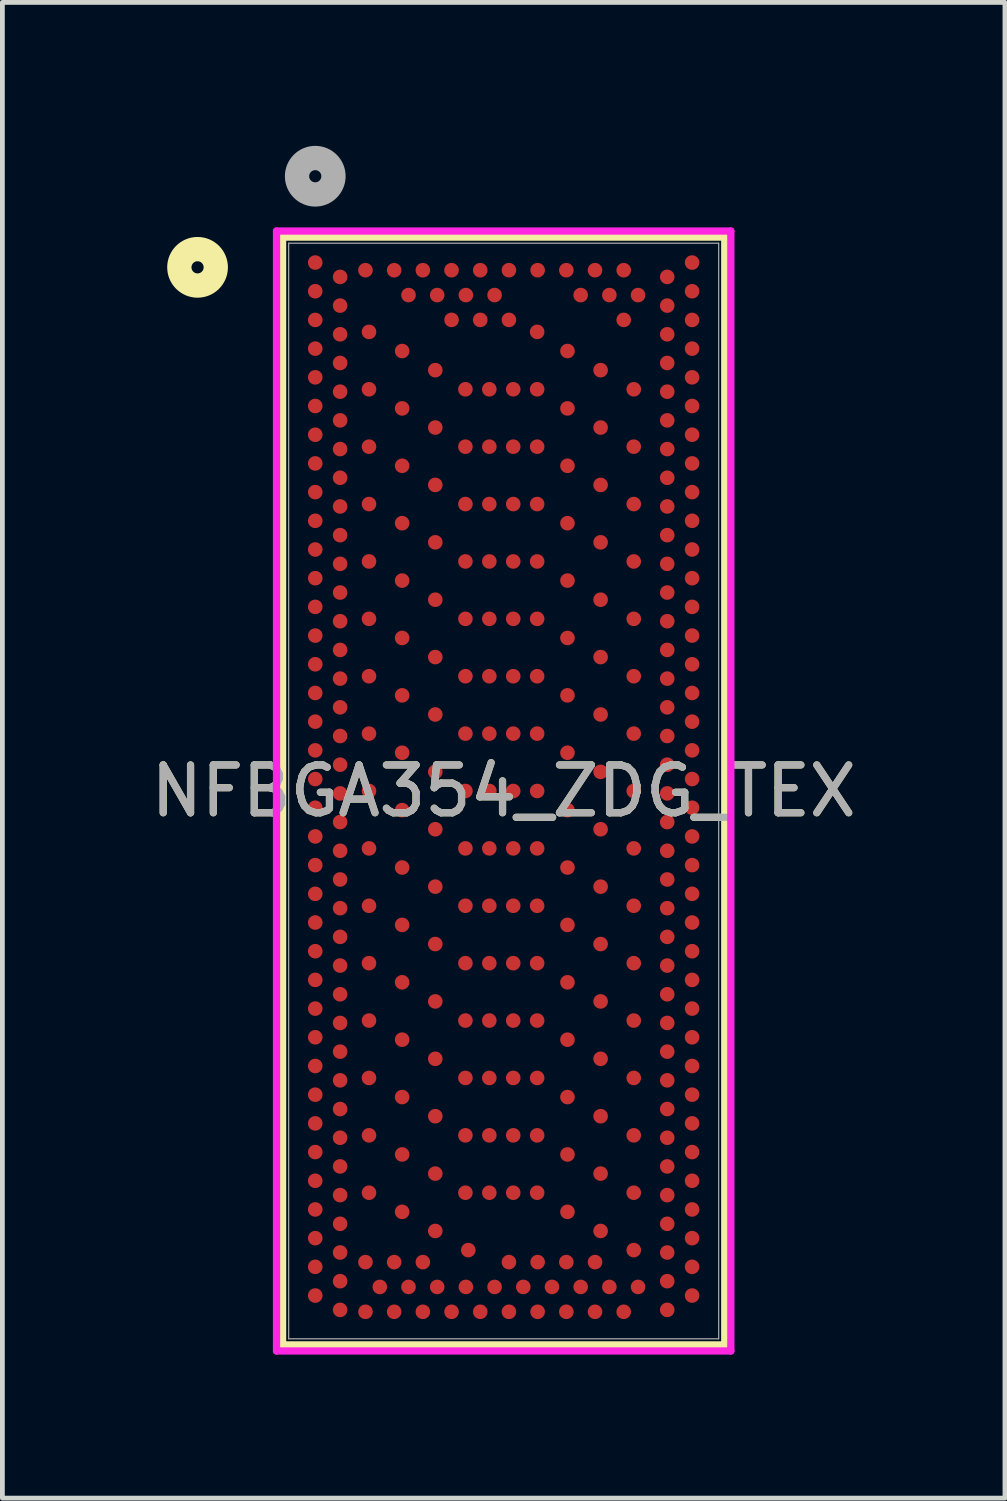
<source format=kicad_pcb>
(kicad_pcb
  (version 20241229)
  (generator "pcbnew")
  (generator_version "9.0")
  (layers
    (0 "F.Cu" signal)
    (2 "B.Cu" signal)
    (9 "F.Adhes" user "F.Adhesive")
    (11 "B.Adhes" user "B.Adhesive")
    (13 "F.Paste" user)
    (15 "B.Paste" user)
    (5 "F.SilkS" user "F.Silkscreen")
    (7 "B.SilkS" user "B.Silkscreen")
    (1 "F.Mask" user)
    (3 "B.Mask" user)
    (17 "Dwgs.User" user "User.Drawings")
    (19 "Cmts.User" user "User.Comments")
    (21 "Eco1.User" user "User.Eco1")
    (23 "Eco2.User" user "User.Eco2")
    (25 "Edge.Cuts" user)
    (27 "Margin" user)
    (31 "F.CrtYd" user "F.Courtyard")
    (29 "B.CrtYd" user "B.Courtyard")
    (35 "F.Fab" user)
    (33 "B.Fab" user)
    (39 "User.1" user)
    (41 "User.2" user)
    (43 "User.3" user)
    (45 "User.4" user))
  (footprint "NFBGA354_ZDG_TEX"
    (layer "F.Cu")
    (at 7.482 13.49)
    (property "Reference" "NFBGA354_ZDG_TEX" (at 0 0 0) (unlocked yes) (layer "F.SilkS") (effects (font (size 1 1) (thickness 0.15))))
    (attr smd)
    (fp_line (start -4.623 -11.582) (end 4.623 -11.582) (stroke (width 0.152) (type solid)) (layer "F.SilkS"))
    (fp_line (start -4.623 11.582) (end -4.623 -11.582) (stroke (width 0.152) (type solid)) (layer "F.SilkS"))
    (fp_line (start 4.623 -11.582) (end 4.623 11.582) (stroke (width 0.152) (type solid)) (layer "F.SilkS"))
    (fp_line (start 4.623 11.582) (end -4.623 11.582) (stroke (width 0.152) (type solid)) (layer "F.SilkS"))
    (fp_circle (center -6.401 -10.95) (end -6.02 -10.95) (stroke (width 0.508) (type solid)) (fill no) (layer "F.SilkS"))
    (fp_line (start -4.75 -11.709) (end -4.75 11.709) (stroke (width 0.152) (type solid)) (layer "F.CrtYd"))
    (fp_line (start -4.75 11.709) (end 4.75 11.709) (stroke (width 0.152) (type solid)) (layer "F.CrtYd"))
    (fp_line (start 4.75 -11.709) (end -4.75 -11.709) (stroke (width 0.152) (type solid)) (layer "F.CrtYd"))
    (fp_line (start 4.75 11.709) (end 4.75 -11.709) (stroke (width 0.152) (type solid)) (layer "F.CrtYd"))
    (fp_line (start -4.496 -11.455) (end -4.496 11.455) (stroke (width 0.025) (type solid)) (layer "F.Fab"))
    (fp_line (start -4.496 11.455) (end 4.496 11.455) (stroke (width 0.025) (type solid)) (layer "F.Fab"))
    (fp_line (start 4.496 -11.455) (end -4.496 -11.455) (stroke (width 0.025) (type solid)) (layer "F.Fab"))
    (fp_line (start 4.496 11.455) (end 4.496 -11.455) (stroke (width 0.025) (type solid)) (layer "F.Fab"))
    (fp_circle (center -3.94 -12.855) (end -3.559 -12.855) (stroke (width 0.508) (type solid)) (fill no) (layer "F.Fab"))
    (fp_text user "${REFERENCE}" (at 0 0 0) (unlocked yes) (layer "F.Fab") (effects (font (size 1 1) (thickness 0.15))))
    (pad "A1" smd circle (at -3.94 -11.05) (size 0.305 0.305) (layers "F.Cu" "F.Mask" "F.Paste"))
    (pad "A35" smd circle (at 3.94 -11.05) (size 0.305 0.305) (layers "F.Cu" "F.Mask" "F.Paste"))
    (pad "AA10" smd circle (at -1.43 -7.6) (size 0.305 0.305) (layers "F.Cu" "F.Mask" "F.Paste"))
    (pad "AA29" smd circle (at 2.027 -7.6) (size 0.305 0.305) (layers "F.Cu" "F.Mask" "F.Paste"))
    (pad "AB1" smd circle (at -3.94 -7.45) (size 0.305 0.305) (layers "F.Cu" "F.Mask" "F.Paste"))
    (pad "AB35" smd circle (at 3.94 -7.45) (size 0.305 0.305) (layers "F.Cu" "F.Mask" "F.Paste"))
    (pad "AC4" smd circle (at -2.816 -7.2) (size 0.305 0.305) (layers "F.Cu" "F.Mask" "F.Paste"))
    (pad "AC13" smd circle (at -0.8 -7.2) (size 0.305 0.305) (layers "F.Cu" "F.Mask" "F.Paste"))
    (pad "AC17" smd circle (at -0.3 -7.2) (size 0.305 0.305) (layers "F.Cu" "F.Mask" "F.Paste"))
    (pad "AC20" smd circle (at 0.2 -7.2) (size 0.305 0.305) (layers "F.Cu" "F.Mask" "F.Paste"))
    (pad "AC22" smd circle (at 0.7 -7.2) (size 0.305 0.305) (layers "F.Cu" "F.Mask" "F.Paste"))
    (pad "AC32" smd circle (at 2.72 -7.2) (size 0.305 0.305) (layers "F.Cu" "F.Mask" "F.Paste"))
    (pad "AD2" smd circle (at -3.42 -7.15) (size 0.305 0.305) (layers "F.Cu" "F.Mask" "F.Paste"))
    (pad "AD34" smd circle (at 3.42 -7.15) (size 0.305 0.305) (layers "F.Cu" "F.Mask" "F.Paste"))
    (pad "AE1" smd circle (at -3.94 -6.85) (size 0.305 0.305) (layers "F.Cu" "F.Mask" "F.Paste"))
    (pad "AE35" smd circle (at 3.94 -6.85) (size 0.305 0.305) (layers "F.Cu" "F.Mask" "F.Paste"))
    (pad "AF7" smd circle (at -2.123 -6.8) (size 0.305 0.305) (layers "F.Cu" "F.Mask" "F.Paste"))
    (pad "AF26" smd circle (at 1.334 -6.8) (size 0.305 0.305) (layers "F.Cu" "F.Mask" "F.Paste"))
    (pad "AG2" smd circle (at -3.42 -6.55) (size 0.305 0.305) (layers "F.Cu" "F.Mask" "F.Paste"))
    (pad "AG34" smd circle (at 3.42 -6.55) (size 0.305 0.305) (layers "F.Cu" "F.Mask" "F.Paste"))
    (pad "AH10" smd circle (at -1.43 -6.4) (size 0.305 0.305) (layers "F.Cu" "F.Mask" "F.Paste"))
    (pad "AH29" smd circle (at 2.027 -6.4) (size 0.305 0.305) (layers "F.Cu" "F.Mask" "F.Paste"))
    (pad "AJ1" smd circle (at -3.94 -6.25) (size 0.305 0.305) (layers "F.Cu" "F.Mask" "F.Paste"))
    (pad "AJ35" smd circle (at 3.94 -6.25) (size 0.305 0.305) (layers "F.Cu" "F.Mask" "F.Paste"))
    (pad "AK4" smd circle (at -2.816 -6) (size 0.305 0.305) (layers "F.Cu" "F.Mask" "F.Paste"))
    (pad "AK13" smd circle (at -0.8 -6) (size 0.305 0.305) (layers "F.Cu" "F.Mask" "F.Paste"))
    (pad "AK17" smd circle (at -0.3 -6) (size 0.305 0.305) (layers "F.Cu" "F.Mask" "F.Paste"))
    (pad "AK20" smd circle (at 0.2 -6) (size 0.305 0.305) (layers "F.Cu" "F.Mask" "F.Paste"))
    (pad "AK22" smd circle (at 0.7 -6) (size 0.305 0.305) (layers "F.Cu" "F.Mask" "F.Paste"))
    (pad "AK32" smd circle (at 2.72 -6) (size 0.305 0.305) (layers "F.Cu" "F.Mask" "F.Paste"))
    (pad "AL2" smd circle (at -3.42 -5.95) (size 0.305 0.305) (layers "F.Cu" "F.Mask" "F.Paste"))
    (pad "AL34" smd circle (at 3.42 -5.95) (size 0.305 0.305) (layers "F.Cu" "F.Mask" "F.Paste"))
    (pad "AM1" smd circle (at -3.94 -5.65) (size 0.305 0.305) (layers "F.Cu" "F.Mask" "F.Paste"))
    (pad "AM35" smd circle (at 3.94 -5.65) (size 0.305 0.305) (layers "F.Cu" "F.Mask" "F.Paste"))
    (pad "AN7" smd circle (at -2.123 -5.6) (size 0.305 0.305) (layers "F.Cu" "F.Mask" "F.Paste"))
    (pad "AN26" smd circle (at 1.334 -5.6) (size 0.305 0.305) (layers "F.Cu" "F.Mask" "F.Paste"))
    (pad "AP2" smd circle (at -3.42 -5.35) (size 0.305 0.305) (layers "F.Cu" "F.Mask" "F.Paste"))
    (pad "AP34" smd circle (at 3.42 -5.35) (size 0.305 0.305) (layers "F.Cu" "F.Mask" "F.Paste"))
    (pad "AR10" smd circle (at -1.43 -5.2) (size 0.305 0.305) (layers "F.Cu" "F.Mask" "F.Paste"))
    (pad "AR29" smd circle (at 2.027 -5.2) (size 0.305 0.305) (layers "F.Cu" "F.Mask" "F.Paste"))
    (pad "AT1" smd circle (at -3.94 -5.05) (size 0.305 0.305) (layers "F.Cu" "F.Mask" "F.Paste"))
    (pad "AT35" smd circle (at 3.94 -5.05) (size 0.305 0.305) (layers "F.Cu" "F.Mask" "F.Paste"))
    (pad "AU4" smd circle (at -2.816 -4.8) (size 0.305 0.305) (layers "F.Cu" "F.Mask" "F.Paste"))
    (pad "AU13" smd circle (at -0.8 -4.8) (size 0.305 0.305) (layers "F.Cu" "F.Mask" "F.Paste"))
    (pad "AU17" smd circle (at -0.3 -4.8) (size 0.305 0.305) (layers "F.Cu" "F.Mask" "F.Paste"))
    (pad "AU20" smd circle (at 0.2 -4.8) (size 0.305 0.305) (layers "F.Cu" "F.Mask" "F.Paste"))
    (pad "AU22" smd circle (at 0.7 -4.8) (size 0.305 0.305) (layers "F.Cu" "F.Mask" "F.Paste"))
    (pad "AU32" smd circle (at 2.72 -4.8) (size 0.305 0.305) (layers "F.Cu" "F.Mask" "F.Paste"))
    (pad "AV2" smd circle (at -3.42 -4.75) (size 0.305 0.305) (layers "F.Cu" "F.Mask" "F.Paste"))
    (pad "AV34" smd circle (at 3.42 -4.75) (size 0.305 0.305) (layers "F.Cu" "F.Mask" "F.Paste"))
    (pad "AW1" smd circle (at -3.94 -4.45) (size 0.305 0.305) (layers "F.Cu" "F.Mask" "F.Paste"))
    (pad "AW35" smd circle (at 3.94 -4.45) (size 0.305 0.305) (layers "F.Cu" "F.Mask" "F.Paste"))
    (pad "AY7" smd circle (at -2.123 -4.4) (size 0.305 0.305) (layers "F.Cu" "F.Mask" "F.Paste"))
    (pad "AY26" smd circle (at 1.334 -4.4) (size 0.305 0.305) (layers "F.Cu" "F.Mask" "F.Paste"))
    (pad "B3" smd circle (at -2.89 -10.89) (size 0.305 0.305) (layers "F.Cu" "F.Mask" "F.Paste"))
    (pad "B6" smd circle (at -2.29 -10.89) (size 0.305 0.305) (layers "F.Cu" "F.Mask" "F.Paste"))
    (pad "B9" smd circle (at -1.69 -10.89) (size 0.305 0.305) (layers "F.Cu" "F.Mask" "F.Paste"))
    (pad "B12" smd circle (at -1.09 -10.89) (size 0.305 0.305) (layers "F.Cu" "F.Mask" "F.Paste"))
    (pad "B16" smd circle (at -0.49 -10.89) (size 0.305 0.305) (layers "F.Cu" "F.Mask" "F.Paste"))
    (pad "B19" smd circle (at 0.11 -10.89) (size 0.305 0.305) (layers "F.Cu" "F.Mask" "F.Paste"))
    (pad "B23" smd circle (at 0.71 -10.89) (size 0.305 0.305) (layers "F.Cu" "F.Mask" "F.Paste"))
    (pad "B25" smd circle (at 1.31 -10.89) (size 0.305 0.305) (layers "F.Cu" "F.Mask" "F.Paste"))
    (pad "B28" smd circle (at 1.91 -10.89) (size 0.305 0.305) (layers "F.Cu" "F.Mask" "F.Paste"))
    (pad "B31" smd circle (at 2.51 -10.89) (size 0.305 0.305) (layers "F.Cu" "F.Mask" "F.Paste"))
    (pad "BA2" smd circle (at -3.42 -4.15) (size 0.305 0.305) (layers "F.Cu" "F.Mask" "F.Paste"))
    (pad "BA34" smd circle (at 3.42 -4.15) (size 0.305 0.305) (layers "F.Cu" "F.Mask" "F.Paste"))
    (pad "BB10" smd circle (at -1.43 -4) (size 0.305 0.305) (layers "F.Cu" "F.Mask" "F.Paste"))
    (pad "BB29" smd circle (at 2.027 -4) (size 0.305 0.305) (layers "F.Cu" "F.Mask" "F.Paste"))
    (pad "BC1" smd circle (at -3.94 -3.85) (size 0.305 0.305) (layers "F.Cu" "F.Mask" "F.Paste"))
    (pad "BC35" smd circle (at 3.94 -3.85) (size 0.305 0.305) (layers "F.Cu" "F.Mask" "F.Paste"))
    (pad "BD4" smd circle (at -2.816 -3.6) (size 0.305 0.305) (layers "F.Cu" "F.Mask" "F.Paste"))
    (pad "BD13" smd circle (at -0.8 -3.6) (size 0.305 0.305) (layers "F.Cu" "F.Mask" "F.Paste"))
    (pad "BD17" smd circle (at -0.3 -3.6) (size 0.305 0.305) (layers "F.Cu" "F.Mask" "F.Paste"))
    (pad "BD20" smd circle (at 0.2 -3.6) (size 0.305 0.305) (layers "F.Cu" "F.Mask" "F.Paste"))
    (pad "BD22" smd circle (at 0.7 -3.6) (size 0.305 0.305) (layers "F.Cu" "F.Mask" "F.Paste"))
    (pad "BD32" smd circle (at 2.72 -3.6) (size 0.305 0.305) (layers "F.Cu" "F.Mask" "F.Paste"))
    (pad "BE2" smd circle (at -3.42 -3.55) (size 0.305 0.305) (layers "F.Cu" "F.Mask" "F.Paste"))
    (pad "BE34" smd circle (at 3.42 -3.55) (size 0.305 0.305) (layers "F.Cu" "F.Mask" "F.Paste"))
    (pad "BF1" smd circle (at -3.94 -3.25) (size 0.305 0.305) (layers "F.Cu" "F.Mask" "F.Paste"))
    (pad "BF35" smd circle (at 3.94 -3.25) (size 0.305 0.305) (layers "F.Cu" "F.Mask" "F.Paste"))
    (pad "BG7" smd circle (at -2.123 -3.2) (size 0.305 0.305) (layers "F.Cu" "F.Mask" "F.Paste"))
    (pad "BG26" smd circle (at 1.334 -3.2) (size 0.305 0.305) (layers "F.Cu" "F.Mask" "F.Paste"))
    (pad "BH2" smd circle (at -3.42 -2.95) (size 0.305 0.305) (layers "F.Cu" "F.Mask" "F.Paste"))
    (pad "BH34" smd circle (at 3.42 -2.95) (size 0.305 0.305) (layers "F.Cu" "F.Mask" "F.Paste"))
    (pad "BJ10" smd circle (at -1.43 -2.8) (size 0.305 0.305) (layers "F.Cu" "F.Mask" "F.Paste"))
    (pad "BJ29" smd circle (at 2.027 -2.8) (size 0.305 0.305) (layers "F.Cu" "F.Mask" "F.Paste"))
    (pad "BK1" smd circle (at -3.94 -2.65) (size 0.305 0.305) (layers "F.Cu" "F.Mask" "F.Paste"))
    (pad "BK35" smd circle (at 3.94 -2.65) (size 0.305 0.305) (layers "F.Cu" "F.Mask" "F.Paste"))
    (pad "BL4" smd circle (at -2.816 -2.4) (size 0.305 0.305) (layers "F.Cu" "F.Mask" "F.Paste"))
    (pad "BL13" smd circle (at -0.8 -2.4) (size 0.305 0.305) (layers "F.Cu" "F.Mask" "F.Paste"))
    (pad "BL17" smd circle (at -0.3 -2.4) (size 0.305 0.305) (layers "F.Cu" "F.Mask" "F.Paste"))
    (pad "BL20" smd circle (at 0.2 -2.4) (size 0.305 0.305) (layers "F.Cu" "F.Mask" "F.Paste"))
    (pad "BL22" smd circle (at 0.7 -2.4) (size 0.305 0.305) (layers "F.Cu" "F.Mask" "F.Paste"))
    (pad "BL32" smd circle (at 2.72 -2.4) (size 0.305 0.305) (layers "F.Cu" "F.Mask" "F.Paste"))
    (pad "BM2" smd circle (at -3.42 -2.35) (size 0.305 0.305) (layers "F.Cu" "F.Mask" "F.Paste"))
    (pad "BM34" smd circle (at 3.42 -2.35) (size 0.305 0.305) (layers "F.Cu" "F.Mask" "F.Paste"))
    (pad "BN1" smd circle (at -3.94 -2.05) (size 0.305 0.305) (layers "F.Cu" "F.Mask" "F.Paste"))
    (pad "BN35" smd circle (at 3.94 -2.05) (size 0.305 0.305) (layers "F.Cu" "F.Mask" "F.Paste"))
    (pad "BP7" smd circle (at -2.123 -2) (size 0.305 0.305) (layers "F.Cu" "F.Mask" "F.Paste"))
    (pad "BP26" smd circle (at 1.334 -2) (size 0.305 0.305) (layers "F.Cu" "F.Mask" "F.Paste"))
    (pad "BR2" smd circle (at -3.42 -1.75) (size 0.305 0.305) (layers "F.Cu" "F.Mask" "F.Paste"))
    (pad "BR34" smd circle (at 3.42 -1.75) (size 0.305 0.305) (layers "F.Cu" "F.Mask" "F.Paste"))
    (pad "BT10" smd circle (at -1.43 -1.6) (size 0.305 0.305) (layers "F.Cu" "F.Mask" "F.Paste"))
    (pad "BT29" smd circle (at 2.027 -1.6) (size 0.305 0.305) (layers "F.Cu" "F.Mask" "F.Paste"))
    (pad "BU1" smd circle (at -3.94 -1.45) (size 0.305 0.305) (layers "F.Cu" "F.Mask" "F.Paste"))
    (pad "BU35" smd circle (at 3.94 -1.45) (size 0.305 0.305) (layers "F.Cu" "F.Mask" "F.Paste"))
    (pad "BV4" smd circle (at -2.816 -1.2) (size 0.305 0.305) (layers "F.Cu" "F.Mask" "F.Paste"))
    (pad "BV13" smd circle (at -0.8 -1.2) (size 0.305 0.305) (layers "F.Cu" "F.Mask" "F.Paste"))
    (pad "BV17" smd circle (at -0.3 -1.2) (size 0.305 0.305) (layers "F.Cu" "F.Mask" "F.Paste"))
    (pad "BV20" smd circle (at 0.2 -1.2) (size 0.305 0.305) (layers "F.Cu" "F.Mask" "F.Paste"))
    (pad "BV22" smd circle (at 0.7 -1.2) (size 0.305 0.305) (layers "F.Cu" "F.Mask" "F.Paste"))
    (pad "BV32" smd circle (at 2.72 -1.2) (size 0.305 0.305) (layers "F.Cu" "F.Mask" "F.Paste"))
    (pad "BW2" smd circle (at -3.42 -1.15) (size 0.305 0.305) (layers "F.Cu" "F.Mask" "F.Paste"))
    (pad "BW34" smd circle (at 3.42 -1.15) (size 0.305 0.305) (layers "F.Cu" "F.Mask" "F.Paste"))
    (pad "BY1" smd circle (at -3.94 -0.85) (size 0.305 0.305) (layers "F.Cu" "F.Mask" "F.Paste"))
    (pad "BY35" smd circle (at 3.94 -0.85) (size 0.305 0.305) (layers "F.Cu" "F.Mask" "F.Paste"))
    (pad "C2" smd circle (at -3.42 -10.75) (size 0.305 0.305) (layers "F.Cu" "F.Mask" "F.Paste"))
    (pad "C34" smd circle (at 3.42 -10.75) (size 0.305 0.305) (layers "F.Cu" "F.Mask" "F.Paste"))
    (pad "CA7" smd circle (at -2.123 -0.8) (size 0.305 0.305) (layers "F.Cu" "F.Mask" "F.Paste"))
    (pad "CA26" smd circle (at 1.334 -0.8) (size 0.305 0.305) (layers "F.Cu" "F.Mask" "F.Paste"))
    (pad "CB2" smd circle (at -3.42 -0.55) (size 0.305 0.305) (layers "F.Cu" "F.Mask" "F.Paste"))
    (pad "CB34" smd circle (at 3.42 -0.55) (size 0.305 0.305) (layers "F.Cu" "F.Mask" "F.Paste"))
    (pad "CC10" smd circle (at -1.43 -0.4) (size 0.305 0.305) (layers "F.Cu" "F.Mask" "F.Paste"))
    (pad "CC29" smd circle (at 2.027 -0.4) (size 0.305 0.305) (layers "F.Cu" "F.Mask" "F.Paste"))
    (pad "CD1" smd circle (at -3.94 -0.25) (size 0.305 0.305) (layers "F.Cu" "F.Mask" "F.Paste"))
    (pad "CD35" smd circle (at 3.94 -0.25) (size 0.305 0.305) (layers "F.Cu" "F.Mask" "F.Paste"))
    (pad "CE4" smd circle (at -2.816 0) (size 0.305 0.305) (layers "F.Cu" "F.Mask" "F.Paste"))
    (pad "CE13" smd circle (at -0.8 0) (size 0.305 0.305) (layers "F.Cu" "F.Mask" "F.Paste"))
    (pad "CE17" smd circle (at -0.3 0) (size 0.305 0.305) (layers "F.Cu" "F.Mask" "F.Paste"))
    (pad "CE20" smd circle (at 0.2 0) (size 0.305 0.305) (layers "F.Cu" "F.Mask" "F.Paste"))
    (pad "CE22" smd circle (at 0.7 0) (size 0.305 0.305) (layers "F.Cu" "F.Mask" "F.Paste"))
    (pad "CE32" smd circle (at 2.72 0) (size 0.305 0.305) (layers "F.Cu" "F.Mask" "F.Paste"))
    (pad "CF2" smd circle (at -3.42 0.05) (size 0.305 0.305) (layers "F.Cu" "F.Mask" "F.Paste"))
    (pad "CF34" smd circle (at 3.42 0.05) (size 0.305 0.305) (layers "F.Cu" "F.Mask" "F.Paste"))
    (pad "CG1" smd circle (at -3.94 0.35) (size 0.305 0.305) (layers "F.Cu" "F.Mask" "F.Paste"))
    (pad "CG35" smd circle (at 3.94 0.35) (size 0.305 0.305) (layers "F.Cu" "F.Mask" "F.Paste"))
    (pad "CH7" smd circle (at -2.123 0.4) (size 0.305 0.305) (layers "F.Cu" "F.Mask" "F.Paste"))
    (pad "CH26" smd circle (at 1.334 0.4) (size 0.305 0.305) (layers "F.Cu" "F.Mask" "F.Paste"))
    (pad "CJ2" smd circle (at -3.42 0.65) (size 0.305 0.305) (layers "F.Cu" "F.Mask" "F.Paste"))
    (pad "CJ34" smd circle (at 3.42 0.65) (size 0.305 0.305) (layers "F.Cu" "F.Mask" "F.Paste"))
    (pad "CK10" smd circle (at -1.43 0.8) (size 0.305 0.305) (layers "F.Cu" "F.Mask" "F.Paste"))
    (pad "CK29" smd circle (at 2.027 0.8) (size 0.305 0.305) (layers "F.Cu" "F.Mask" "F.Paste"))
    (pad "CL1" smd circle (at -3.94 0.95) (size 0.305 0.305) (layers "F.Cu" "F.Mask" "F.Paste"))
    (pad "CL35" smd circle (at 3.94 0.95) (size 0.305 0.305) (layers "F.Cu" "F.Mask" "F.Paste"))
    (pad "CM4" smd circle (at -2.816 1.2) (size 0.305 0.305) (layers "F.Cu" "F.Mask" "F.Paste"))
    (pad "CM13" smd circle (at -0.8 1.2) (size 0.305 0.305) (layers "F.Cu" "F.Mask" "F.Paste"))
    (pad "CM17" smd circle (at -0.3 1.2) (size 0.305 0.305) (layers "F.Cu" "F.Mask" "F.Paste"))
    (pad "CM20" smd circle (at 0.2 1.2) (size 0.305 0.305) (layers "F.Cu" "F.Mask" "F.Paste"))
    (pad "CM22" smd circle (at 0.7 1.2) (size 0.305 0.305) (layers "F.Cu" "F.Mask" "F.Paste"))
    (pad "CM32" smd circle (at 2.72 1.2) (size 0.305 0.305) (layers "F.Cu" "F.Mask" "F.Paste"))
    (pad "CN2" smd circle (at -3.42 1.25) (size 0.305 0.305) (layers "F.Cu" "F.Mask" "F.Paste"))
    (pad "CN34" smd circle (at 3.42 1.25) (size 0.305 0.305) (layers "F.Cu" "F.Mask" "F.Paste"))
    (pad "CP1" smd circle (at -3.94 1.55) (size 0.305 0.305) (layers "F.Cu" "F.Mask" "F.Paste"))
    (pad "CP35" smd circle (at 3.94 1.55) (size 0.305 0.305) (layers "F.Cu" "F.Mask" "F.Paste"))
    (pad "CR7" smd circle (at -2.123 1.6) (size 0.305 0.305) (layers "F.Cu" "F.Mask" "F.Paste"))
    (pad "CR26" smd circle (at 1.334 1.6) (size 0.305 0.305) (layers "F.Cu" "F.Mask" "F.Paste"))
    (pad "CT2" smd circle (at -3.42 1.85) (size 0.305 0.305) (layers "F.Cu" "F.Mask" "F.Paste"))
    (pad "CT34" smd circle (at 3.42 1.85) (size 0.305 0.305) (layers "F.Cu" "F.Mask" "F.Paste"))
    (pad "CU10" smd circle (at -1.43 2) (size 0.305 0.305) (layers "F.Cu" "F.Mask" "F.Paste"))
    (pad "CU29" smd circle (at 2.027 2) (size 0.305 0.305) (layers "F.Cu" "F.Mask" "F.Paste"))
    (pad "CV1" smd circle (at -3.94 2.15) (size 0.305 0.305) (layers "F.Cu" "F.Mask" "F.Paste"))
    (pad "CV35" smd circle (at 3.94 2.15) (size 0.305 0.305) (layers "F.Cu" "F.Mask" "F.Paste"))
    (pad "CW4" smd circle (at -2.816 2.4) (size 0.305 0.305) (layers "F.Cu" "F.Mask" "F.Paste"))
    (pad "CW13" smd circle (at -0.8 2.4) (size 0.305 0.305) (layers "F.Cu" "F.Mask" "F.Paste"))
    (pad "CW17" smd circle (at -0.3 2.4) (size 0.305 0.305) (layers "F.Cu" "F.Mask" "F.Paste"))
    (pad "CW20" smd circle (at 0.2 2.4) (size 0.305 0.305) (layers "F.Cu" "F.Mask" "F.Paste"))
    (pad "CW22" smd circle (at 0.7 2.4) (size 0.305 0.305) (layers "F.Cu" "F.Mask" "F.Paste"))
    (pad "CW32" smd circle (at 2.72 2.4) (size 0.305 0.305) (layers "F.Cu" "F.Mask" "F.Paste"))
    (pad "CY2" smd circle (at -3.42 2.45) (size 0.305 0.305) (layers "F.Cu" "F.Mask" "F.Paste"))
    (pad "CY34" smd circle (at 3.42 2.45) (size 0.305 0.305) (layers "F.Cu" "F.Mask" "F.Paste"))
    (pad "D1" smd circle (at -3.94 -10.45) (size 0.305 0.305) (layers "F.Cu" "F.Mask" "F.Paste"))
    (pad "D35" smd circle (at 3.94 -10.45) (size 0.305 0.305) (layers "F.Cu" "F.Mask" "F.Paste"))
    (pad "DA1" smd circle (at -3.94 2.75) (size 0.305 0.305) (layers "F.Cu" "F.Mask" "F.Paste"))
    (pad "DA35" smd circle (at 3.94 2.75) (size 0.305 0.305) (layers "F.Cu" "F.Mask" "F.Paste"))
    (pad "DB7" smd circle (at -2.123 2.8) (size 0.305 0.305) (layers "F.Cu" "F.Mask" "F.Paste"))
    (pad "DB26" smd circle (at 1.334 2.8) (size 0.305 0.305) (layers "F.Cu" "F.Mask" "F.Paste"))
    (pad "DC2" smd circle (at -3.42 3.05) (size 0.305 0.305) (layers "F.Cu" "F.Mask" "F.Paste"))
    (pad "DC34" smd circle (at 3.42 3.05) (size 0.305 0.305) (layers "F.Cu" "F.Mask" "F.Paste"))
    (pad "DD10" smd circle (at -1.43 3.2) (size 0.305 0.305) (layers "F.Cu" "F.Mask" "F.Paste"))
    (pad "DD29" smd circle (at 2.027 3.2) (size 0.305 0.305) (layers "F.Cu" "F.Mask" "F.Paste"))
    (pad "DE1" smd circle (at -3.94 3.35) (size 0.305 0.305) (layers "F.Cu" "F.Mask" "F.Paste"))
    (pad "DE35" smd circle (at 3.94 3.35) (size 0.305 0.305) (layers "F.Cu" "F.Mask" "F.Paste"))
    (pad "DF4" smd circle (at -2.816 3.6) (size 0.305 0.305) (layers "F.Cu" "F.Mask" "F.Paste"))
    (pad "DF13" smd circle (at -0.8 3.6) (size 0.305 0.305) (layers "F.Cu" "F.Mask" "F.Paste"))
    (pad "DF17" smd circle (at -0.3 3.6) (size 0.305 0.305) (layers "F.Cu" "F.Mask" "F.Paste"))
    (pad "DF20" smd circle (at 0.2 3.6) (size 0.305 0.305) (layers "F.Cu" "F.Mask" "F.Paste"))
    (pad "DF22" smd circle (at 0.7 3.6) (size 0.305 0.305) (layers "F.Cu" "F.Mask" "F.Paste"))
    (pad "DF32" smd circle (at 2.72 3.6) (size 0.305 0.305) (layers "F.Cu" "F.Mask" "F.Paste"))
    (pad "DG2" smd circle (at -3.42 3.65) (size 0.305 0.305) (layers "F.Cu" "F.Mask" "F.Paste"))
    (pad "DG34" smd circle (at 3.42 3.65) (size 0.305 0.305) (layers "F.Cu" "F.Mask" "F.Paste"))
    (pad "DH1" smd circle (at -3.94 3.95) (size 0.305 0.305) (layers "F.Cu" "F.Mask" "F.Paste"))
    (pad "DH35" smd circle (at 3.94 3.95) (size 0.305 0.305) (layers "F.Cu" "F.Mask" "F.Paste"))
    (pad "DJ7" smd circle (at -2.123 4) (size 0.305 0.305) (layers "F.Cu" "F.Mask" "F.Paste"))
    (pad "DJ26" smd circle (at 1.334 4) (size 0.305 0.305) (layers "F.Cu" "F.Mask" "F.Paste"))
    (pad "DK2" smd circle (at -3.42 4.25) (size 0.305 0.305) (layers "F.Cu" "F.Mask" "F.Paste"))
    (pad "DK34" smd circle (at 3.42 4.25) (size 0.305 0.305) (layers "F.Cu" "F.Mask" "F.Paste"))
    (pad "DL10" smd circle (at -1.43 4.4) (size 0.305 0.305) (layers "F.Cu" "F.Mask" "F.Paste"))
    (pad "DL29" smd circle (at 2.027 4.4) (size 0.305 0.305) (layers "F.Cu" "F.Mask" "F.Paste"))
    (pad "DM1" smd circle (at -3.94 4.55) (size 0.305 0.305) (layers "F.Cu" "F.Mask" "F.Paste"))
    (pad "DM35" smd circle (at 3.94 4.55) (size 0.305 0.305) (layers "F.Cu" "F.Mask" "F.Paste"))
    (pad "DN4" smd circle (at -2.816 4.8) (size 0.305 0.305) (layers "F.Cu" "F.Mask" "F.Paste"))
    (pad "DN13" smd circle (at -0.8 4.8) (size 0.305 0.305) (layers "F.Cu" "F.Mask" "F.Paste"))
    (pad "DN17" smd circle (at -0.3 4.8) (size 0.305 0.305) (layers "F.Cu" "F.Mask" "F.Paste"))
    (pad "DN20" smd circle (at 0.2 4.8) (size 0.305 0.305) (layers "F.Cu" "F.Mask" "F.Paste"))
    (pad "DN22" smd circle (at 0.7 4.8) (size 0.305 0.305) (layers "F.Cu" "F.Mask" "F.Paste"))
    (pad "DN32" smd circle (at 2.72 4.8) (size 0.305 0.305) (layers "F.Cu" "F.Mask" "F.Paste"))
    (pad "DP2" smd circle (at -3.42 4.85) (size 0.305 0.305) (layers "F.Cu" "F.Mask" "F.Paste"))
    (pad "DP34" smd circle (at 3.42 4.85) (size 0.305 0.305) (layers "F.Cu" "F.Mask" "F.Paste"))
    (pad "DR1" smd circle (at -3.94 5.15) (size 0.305 0.305) (layers "F.Cu" "F.Mask" "F.Paste"))
    (pad "DR35" smd circle (at 3.94 5.15) (size 0.305 0.305) (layers "F.Cu" "F.Mask" "F.Paste"))
    (pad "DT7" smd circle (at -2.123 5.2) (size 0.305 0.305) (layers "F.Cu" "F.Mask" "F.Paste"))
    (pad "DT26" smd circle (at 1.334 5.2) (size 0.305 0.305) (layers "F.Cu" "F.Mask" "F.Paste"))
    (pad "DU2" smd circle (at -3.42 5.45) (size 0.305 0.305) (layers "F.Cu" "F.Mask" "F.Paste"))
    (pad "DU34" smd circle (at 3.42 5.45) (size 0.305 0.305) (layers "F.Cu" "F.Mask" "F.Paste"))
    (pad "DV10" smd circle (at -1.43 5.6) (size 0.305 0.305) (layers "F.Cu" "F.Mask" "F.Paste"))
    (pad "DV29" smd circle (at 2.027 5.6) (size 0.305 0.305) (layers "F.Cu" "F.Mask" "F.Paste"))
    (pad "DW1" smd circle (at -3.94 5.75) (size 0.305 0.305) (layers "F.Cu" "F.Mask" "F.Paste"))
    (pad "DW35" smd circle (at 3.94 5.75) (size 0.305 0.305) (layers "F.Cu" "F.Mask" "F.Paste"))
    (pad "DY4" smd circle (at -2.816 6) (size 0.305 0.305) (layers "F.Cu" "F.Mask" "F.Paste"))
    (pad "DY13" smd circle (at -0.8 6) (size 0.305 0.305) (layers "F.Cu" "F.Mask" "F.Paste"))
    (pad "DY17" smd circle (at -0.3 6) (size 0.305 0.305) (layers "F.Cu" "F.Mask" "F.Paste"))
    (pad "DY20" smd circle (at 0.2 6) (size 0.305 0.305) (layers "F.Cu" "F.Mask" "F.Paste"))
    (pad "DY22" smd circle (at 0.7 6) (size 0.305 0.305) (layers "F.Cu" "F.Mask" "F.Paste"))
    (pad "DY32" smd circle (at 2.72 6) (size 0.305 0.305) (layers "F.Cu" "F.Mask" "F.Paste"))
    (pad "E8" smd circle (at -1.99 -10.37) (size 0.305 0.305) (layers "F.Cu" "F.Mask" "F.Paste"))
    (pad "E11" smd circle (at -1.39 -10.37) (size 0.305 0.305) (layers "F.Cu" "F.Mask" "F.Paste"))
    (pad "E14" smd circle (at -0.79 -10.37) (size 0.305 0.305) (layers "F.Cu" "F.Mask" "F.Paste"))
    (pad "E18" smd circle (at -0.19 -10.37) (size 0.305 0.305) (layers "F.Cu" "F.Mask" "F.Paste"))
    (pad "E27" smd circle (at 1.61 -10.37) (size 0.305 0.305) (layers "F.Cu" "F.Mask" "F.Paste"))
    (pad "E30" smd circle (at 2.21 -10.37) (size 0.305 0.305) (layers "F.Cu" "F.Mask" "F.Paste"))
    (pad "E33" smd circle (at 2.81 -10.37) (size 0.305 0.305) (layers "F.Cu" "F.Mask" "F.Paste"))
    (pad "EA2" smd circle (at -3.42 6.05) (size 0.305 0.305) (layers "F.Cu" "F.Mask" "F.Paste"))
    (pad "EA34" smd circle (at 3.42 6.05) (size 0.305 0.305) (layers "F.Cu" "F.Mask" "F.Paste"))
    (pad "EB1" smd circle (at -3.94 6.35) (size 0.305 0.305) (layers "F.Cu" "F.Mask" "F.Paste"))
    (pad "EB35" smd circle (at 3.94 6.35) (size 0.305 0.305) (layers "F.Cu" "F.Mask" "F.Paste"))
    (pad "EC7" smd circle (at -2.123 6.4) (size 0.305 0.305) (layers "F.Cu" "F.Mask" "F.Paste"))
    (pad "EC26" smd circle (at 1.334 6.4) (size 0.305 0.305) (layers "F.Cu" "F.Mask" "F.Paste"))
    (pad "ED2" smd circle (at -3.42 6.65) (size 0.305 0.305) (layers "F.Cu" "F.Mask" "F.Paste"))
    (pad "ED34" smd circle (at 3.42 6.65) (size 0.305 0.305) (layers "F.Cu" "F.Mask" "F.Paste"))
    (pad "EE10" smd circle (at -1.43 6.8) (size 0.305 0.305) (layers "F.Cu" "F.Mask" "F.Paste"))
    (pad "EE29" smd circle (at 2.027 6.8) (size 0.305 0.305) (layers "F.Cu" "F.Mask" "F.Paste"))
    (pad "EF1" smd circle (at -3.94 6.95) (size 0.305 0.305) (layers "F.Cu" "F.Mask" "F.Paste"))
    (pad "EF35" smd circle (at 3.94 6.95) (size 0.305 0.305) (layers "F.Cu" "F.Mask" "F.Paste"))
    (pad "EG4" smd circle (at -2.816 7.2) (size 0.305 0.305) (layers "F.Cu" "F.Mask" "F.Paste"))
    (pad "EG13" smd circle (at -0.8 7.2) (size 0.305 0.305) (layers "F.Cu" "F.Mask" "F.Paste"))
    (pad "EG17" smd circle (at -0.3 7.2) (size 0.305 0.305) (layers "F.Cu" "F.Mask" "F.Paste"))
    (pad "EG20" smd circle (at 0.2 7.2) (size 0.305 0.305) (layers "F.Cu" "F.Mask" "F.Paste"))
    (pad "EG22" smd circle (at 0.7 7.2) (size 0.305 0.305) (layers "F.Cu" "F.Mask" "F.Paste"))
    (pad "EG32" smd circle (at 2.72 7.2) (size 0.305 0.305) (layers "F.Cu" "F.Mask" "F.Paste"))
    (pad "EH2" smd circle (at -3.42 7.25) (size 0.305 0.305) (layers "F.Cu" "F.Mask" "F.Paste"))
    (pad "EH34" smd circle (at 3.42 7.25) (size 0.305 0.305) (layers "F.Cu" "F.Mask" "F.Paste"))
    (pad "EJ1" smd circle (at -3.94 7.55) (size 0.305 0.305) (layers "F.Cu" "F.Mask" "F.Paste"))
    (pad "EJ35" smd circle (at 3.94 7.55) (size 0.305 0.305) (layers "F.Cu" "F.Mask" "F.Paste"))
    (pad "EK7" smd circle (at -2.123 7.6) (size 0.305 0.305) (layers "F.Cu" "F.Mask" "F.Paste"))
    (pad "EK26" smd circle (at 1.334 7.6) (size 0.305 0.305) (layers "F.Cu" "F.Mask" "F.Paste"))
    (pad "EL2" smd circle (at -3.42 7.85) (size 0.305 0.305) (layers "F.Cu" "F.Mask" "F.Paste"))
    (pad "EL34" smd circle (at 3.42 7.85) (size 0.305 0.305) (layers "F.Cu" "F.Mask" "F.Paste"))
    (pad "EM10" smd circle (at -1.43 8) (size 0.305 0.305) (layers "F.Cu" "F.Mask" "F.Paste"))
    (pad "EM29" smd circle (at 2.027 8) (size 0.305 0.305) (layers "F.Cu" "F.Mask" "F.Paste"))
    (pad "EN1" smd circle (at -3.94 8.15) (size 0.305 0.305) (layers "F.Cu" "F.Mask" "F.Paste"))
    (pad "EN35" smd circle (at 3.94 8.15) (size 0.305 0.305) (layers "F.Cu" "F.Mask" "F.Paste"))
    (pad "EP4" smd circle (at -2.816 8.4) (size 0.305 0.305) (layers "F.Cu" "F.Mask" "F.Paste"))
    (pad "EP13" smd circle (at -0.8 8.4) (size 0.305 0.305) (layers "F.Cu" "F.Mask" "F.Paste"))
    (pad "EP17" smd circle (at -0.3 8.4) (size 0.305 0.305) (layers "F.Cu" "F.Mask" "F.Paste"))
    (pad "EP20" smd circle (at 0.2 8.4) (size 0.305 0.305) (layers "F.Cu" "F.Mask" "F.Paste"))
    (pad "EP22" smd circle (at 0.7 8.4) (size 0.305 0.305) (layers "F.Cu" "F.Mask" "F.Paste"))
    (pad "EP32" smd circle (at 2.72 8.4) (size 0.305 0.305) (layers "F.Cu" "F.Mask" "F.Paste"))
    (pad "ER2" smd circle (at -3.42 8.45) (size 0.305 0.305) (layers "F.Cu" "F.Mask" "F.Paste"))
    (pad "ER34" smd circle (at 3.42 8.45) (size 0.305 0.305) (layers "F.Cu" "F.Mask" "F.Paste"))
    (pad "ET1" smd circle (at -3.94 8.75) (size 0.305 0.305) (layers "F.Cu" "F.Mask" "F.Paste"))
    (pad "ET35" smd circle (at 3.94 8.75) (size 0.305 0.305) (layers "F.Cu" "F.Mask" "F.Paste"))
    (pad "EU7" smd circle (at -2.123 8.8) (size 0.305 0.305) (layers "F.Cu" "F.Mask" "F.Paste"))
    (pad "EU26" smd circle (at 1.334 8.8) (size 0.305 0.305) (layers "F.Cu" "F.Mask" "F.Paste"))
    (pad "EV2" smd circle (at -3.42 9.05) (size 0.305 0.305) (layers "F.Cu" "F.Mask" "F.Paste"))
    (pad "EV34" smd circle (at 3.42 9.05) (size 0.305 0.305) (layers "F.Cu" "F.Mask" "F.Paste"))
    (pad "EW10" smd circle (at -1.43 9.2) (size 0.305 0.305) (layers "F.Cu" "F.Mask" "F.Paste"))
    (pad "EW29" smd circle (at 2.027 9.2) (size 0.305 0.305) (layers "F.Cu" "F.Mask" "F.Paste"))
    (pad "EY1" smd circle (at -3.94 9.35) (size 0.305 0.305) (layers "F.Cu" "F.Mask" "F.Paste"))
    (pad "EY35" smd circle (at 3.94 9.35) (size 0.305 0.305) (layers "F.Cu" "F.Mask" "F.Paste"))
    (pad "F2" smd circle (at -3.42 -10.15) (size 0.305 0.305) (layers "F.Cu" "F.Mask" "F.Paste"))
    (pad "F34" smd circle (at 3.42 -10.15) (size 0.305 0.305) (layers "F.Cu" "F.Mask" "F.Paste"))
    (pad "FA15" smd circle (at -0.74 9.6) (size 0.305 0.305) (layers "F.Cu" "F.Mask" "F.Paste"))
    (pad "FA32" smd circle (at 2.72 9.6) (size 0.305 0.305) (layers "F.Cu" "F.Mask" "F.Paste"))
    (pad "FB2" smd circle (at -3.42 9.65) (size 0.305 0.305) (layers "F.Cu" "F.Mask" "F.Paste"))
    (pad "FB34" smd circle (at 3.42 9.65) (size 0.305 0.305) (layers "F.Cu" "F.Mask" "F.Paste"))
    (pad "FC3" smd circle (at -2.89 9.851) (size 0.305 0.305) (layers "F.Cu" "F.Mask" "F.Paste"))
    (pad "FC6" smd circle (at -2.29 9.851) (size 0.305 0.305) (layers "F.Cu" "F.Mask" "F.Paste"))
    (pad "FC9" smd circle (at -1.69 9.851) (size 0.305 0.305) (layers "F.Cu" "F.Mask" "F.Paste"))
    (pad "FC19" smd circle (at 0.11 9.851) (size 0.305 0.305) (layers "F.Cu" "F.Mask" "F.Paste"))
    (pad "FC23" smd circle (at 0.71 9.851) (size 0.305 0.305) (layers "F.Cu" "F.Mask" "F.Paste"))
    (pad "FC25" smd circle (at 1.31 9.851) (size 0.305 0.305) (layers "F.Cu" "F.Mask" "F.Paste"))
    (pad "FC28" smd circle (at 1.91 9.851) (size 0.305 0.305) (layers "F.Cu" "F.Mask" "F.Paste"))
    (pad "FD1" smd circle (at -3.94 9.95) (size 0.305 0.305) (layers "F.Cu" "F.Mask" "F.Paste"))
    (pad "FD35" smd circle (at 3.94 9.95) (size 0.305 0.305) (layers "F.Cu" "F.Mask" "F.Paste"))
    (pad "FE2" smd circle (at -3.42 10.25) (size 0.305 0.305) (layers "F.Cu" "F.Mask" "F.Paste"))
    (pad "FE34" smd circle (at 3.42 10.25) (size 0.305 0.305) (layers "F.Cu" "F.Mask" "F.Paste"))
    (pad "FF5" smd circle (at -2.59 10.37) (size 0.305 0.305) (layers "F.Cu" "F.Mask" "F.Paste"))
    (pad "FF8" smd circle (at -1.99 10.37) (size 0.305 0.305) (layers "F.Cu" "F.Mask" "F.Paste"))
    (pad "FF11" smd circle (at -1.39 10.37) (size 0.305 0.305) (layers "F.Cu" "F.Mask" "F.Paste"))
    (pad "FF14" smd circle (at -0.79 10.37) (size 0.305 0.305) (layers "F.Cu" "F.Mask" "F.Paste"))
    (pad "FF18" smd circle (at -0.19 10.37) (size 0.305 0.305) (layers "F.Cu" "F.Mask" "F.Paste"))
    (pad "FF21" smd circle (at 0.41 10.37) (size 0.305 0.305) (layers "F.Cu" "F.Mask" "F.Paste"))
    (pad "FF24" smd circle (at 1.01 10.37) (size 0.305 0.305) (layers "F.Cu" "F.Mask" "F.Paste"))
    (pad "FF27" smd circle (at 1.61 10.37) (size 0.305 0.305) (layers "F.Cu" "F.Mask" "F.Paste"))
    (pad "FF30" smd circle (at 2.21 10.37) (size 0.305 0.305) (layers "F.Cu" "F.Mask" "F.Paste"))
    (pad "FF33" smd circle (at 2.81 10.37) (size 0.305 0.305) (layers "F.Cu" "F.Mask" "F.Paste"))
    (pad "FG1" smd circle (at -3.94 10.55) (size 0.305 0.305) (layers "F.Cu" "F.Mask" "F.Paste"))
    (pad "FG35" smd circle (at 3.94 10.55) (size 0.305 0.305) (layers "F.Cu" "F.Mask" "F.Paste"))
    (pad "FH2" smd circle (at -3.42 10.85) (size 0.305 0.305) (layers "F.Cu" "F.Mask" "F.Paste"))
    (pad "FH34" smd circle (at 3.42 10.85) (size 0.305 0.305) (layers "F.Cu" "F.Mask" "F.Paste"))
    (pad "FJ3" smd circle (at -2.89 10.89) (size 0.305 0.305) (layers "F.Cu" "F.Mask" "F.Paste"))
    (pad "FJ6" smd circle (at -2.29 10.89) (size 0.305 0.305) (layers "F.Cu" "F.Mask" "F.Paste"))
    (pad "FJ9" smd circle (at -1.69 10.89) (size 0.305 0.305) (layers "F.Cu" "F.Mask" "F.Paste"))
    (pad "FJ12" smd circle (at -1.09 10.89) (size 0.305 0.305) (layers "F.Cu" "F.Mask" "F.Paste"))
    (pad "FJ16" smd circle (at -0.49 10.89) (size 0.305 0.305) (layers "F.Cu" "F.Mask" "F.Paste"))
    (pad "FJ19" smd circle (at 0.11 10.89) (size 0.305 0.305) (layers "F.Cu" "F.Mask" "F.Paste"))
    (pad "FJ23" smd circle (at 0.71 10.89) (size 0.305 0.305) (layers "F.Cu" "F.Mask" "F.Paste"))
    (pad "FJ25" smd circle (at 1.31 10.89) (size 0.305 0.305) (layers "F.Cu" "F.Mask" "F.Paste"))
    (pad "FJ28" smd circle (at 1.91 10.89) (size 0.305 0.305) (layers "F.Cu" "F.Mask" "F.Paste"))
    (pad "FJ31" smd circle (at 2.51 10.89) (size 0.305 0.305) (layers "F.Cu" "F.Mask" "F.Paste"))
    (pad "G1" smd circle (at -3.94 -9.85) (size 0.305 0.305) (layers "F.Cu" "F.Mask" "F.Paste"))
    (pad "G35" smd circle (at 3.94 -9.85) (size 0.305 0.305) (layers "F.Cu" "F.Mask" "F.Paste"))
    (pad "H12" smd circle (at -1.09 -9.851) (size 0.305 0.305) (layers "F.Cu" "F.Mask" "F.Paste"))
    (pad "H16" smd circle (at -0.49 -9.851) (size 0.305 0.305) (layers "F.Cu" "F.Mask" "F.Paste"))
    (pad "H19" smd circle (at 0.11 -9.851) (size 0.305 0.305) (layers "F.Cu" "F.Mask" "F.Paste"))
    (pad "H31" smd circle (at 2.51 -9.851) (size 0.305 0.305) (layers "F.Cu" "F.Mask" "F.Paste"))
    (pad "J4" smd circle (at -2.816 -9.6) (size 0.305 0.305) (layers "F.Cu" "F.Mask" "F.Paste"))
    (pad "J22" smd circle (at 0.7 -9.6) (size 0.305 0.305) (layers "F.Cu" "F.Mask" "F.Paste"))
    (pad "K2" smd circle (at -3.42 -9.55) (size 0.305 0.305) (layers "F.Cu" "F.Mask" "F.Paste"))
    (pad "K34" smd circle (at 3.42 -9.55) (size 0.305 0.305) (layers "F.Cu" "F.Mask" "F.Paste"))
    (pad "L1" smd circle (at -3.94 -9.25) (size 0.305 0.305) (layers "F.Cu" "F.Mask" "F.Paste"))
    (pad "L35" smd circle (at 3.94 -9.25) (size 0.305 0.305) (layers "F.Cu" "F.Mask" "F.Paste"))
    (pad "M7" smd circle (at -2.123 -9.2) (size 0.305 0.305) (layers "F.Cu" "F.Mask" "F.Paste"))
    (pad "M26" smd circle (at 1.334 -9.2) (size 0.305 0.305) (layers "F.Cu" "F.Mask" "F.Paste"))
    (pad "N2" smd circle (at -3.42 -8.95) (size 0.305 0.305) (layers "F.Cu" "F.Mask" "F.Paste"))
    (pad "N34" smd circle (at 3.42 -8.95) (size 0.305 0.305) (layers "F.Cu" "F.Mask" "F.Paste"))
    (pad "P10" smd circle (at -1.43 -8.8) (size 0.305 0.305) (layers "F.Cu" "F.Mask" "F.Paste"))
    (pad "P29" smd circle (at 2.027 -8.8) (size 0.305 0.305) (layers "F.Cu" "F.Mask" "F.Paste"))
    (pad "R1" smd circle (at -3.94 -8.65) (size 0.305 0.305) (layers "F.Cu" "F.Mask" "F.Paste"))
    (pad "R35" smd circle (at 3.94 -8.65) (size 0.305 0.305) (layers "F.Cu" "F.Mask" "F.Paste"))
    (pad "T4" smd circle (at -2.816 -8.4) (size 0.305 0.305) (layers "F.Cu" "F.Mask" "F.Paste"))
    (pad "T13" smd circle (at -0.8 -8.4) (size 0.305 0.305) (layers "F.Cu" "F.Mask" "F.Paste"))
    (pad "T17" smd circle (at -0.3 -8.4) (size 0.305 0.305) (layers "F.Cu" "F.Mask" "F.Paste"))
    (pad "T20" smd circle (at 0.2 -8.4) (size 0.305 0.305) (layers "F.Cu" "F.Mask" "F.Paste"))
    (pad "T22" smd circle (at 0.7 -8.4) (size 0.305 0.305) (layers "F.Cu" "F.Mask" "F.Paste"))
    (pad "T32" smd circle (at 2.72 -8.4) (size 0.305 0.305) (layers "F.Cu" "F.Mask" "F.Paste"))
    (pad "U2" smd circle (at -3.42 -8.35) (size 0.305 0.305) (layers "F.Cu" "F.Mask" "F.Paste"))
    (pad "U34" smd circle (at 3.42 -8.35) (size 0.305 0.305) (layers "F.Cu" "F.Mask" "F.Paste"))
    (pad "V1" smd circle (at -3.94 -8.05) (size 0.305 0.305) (layers "F.Cu" "F.Mask" "F.Paste"))
    (pad "V35" smd circle (at 3.94 -8.05) (size 0.305 0.305) (layers "F.Cu" "F.Mask" "F.Paste"))
    (pad "W7" smd circle (at -2.123 -8) (size 0.305 0.305) (layers "F.Cu" "F.Mask" "F.Paste"))
    (pad "W26" smd circle (at 1.334 -8) (size 0.305 0.305) (layers "F.Cu" "F.Mask" "F.Paste"))
    (pad "Y2" smd circle (at -3.42 -7.75) (size 0.305 0.305) (layers "F.Cu" "F.Mask" "F.Paste"))
    (pad "Y34" smd circle (at 3.42 -7.75) (size 0.305 0.305) (layers "F.Cu" "F.Mask" "F.Paste")))
  (gr_rect
    (start -3 -3)
    (end 17.964 28.276)
    (stroke (width 0.1) (type default))
    (fill no)
    (layer "Edge.Cuts")))
</source>
